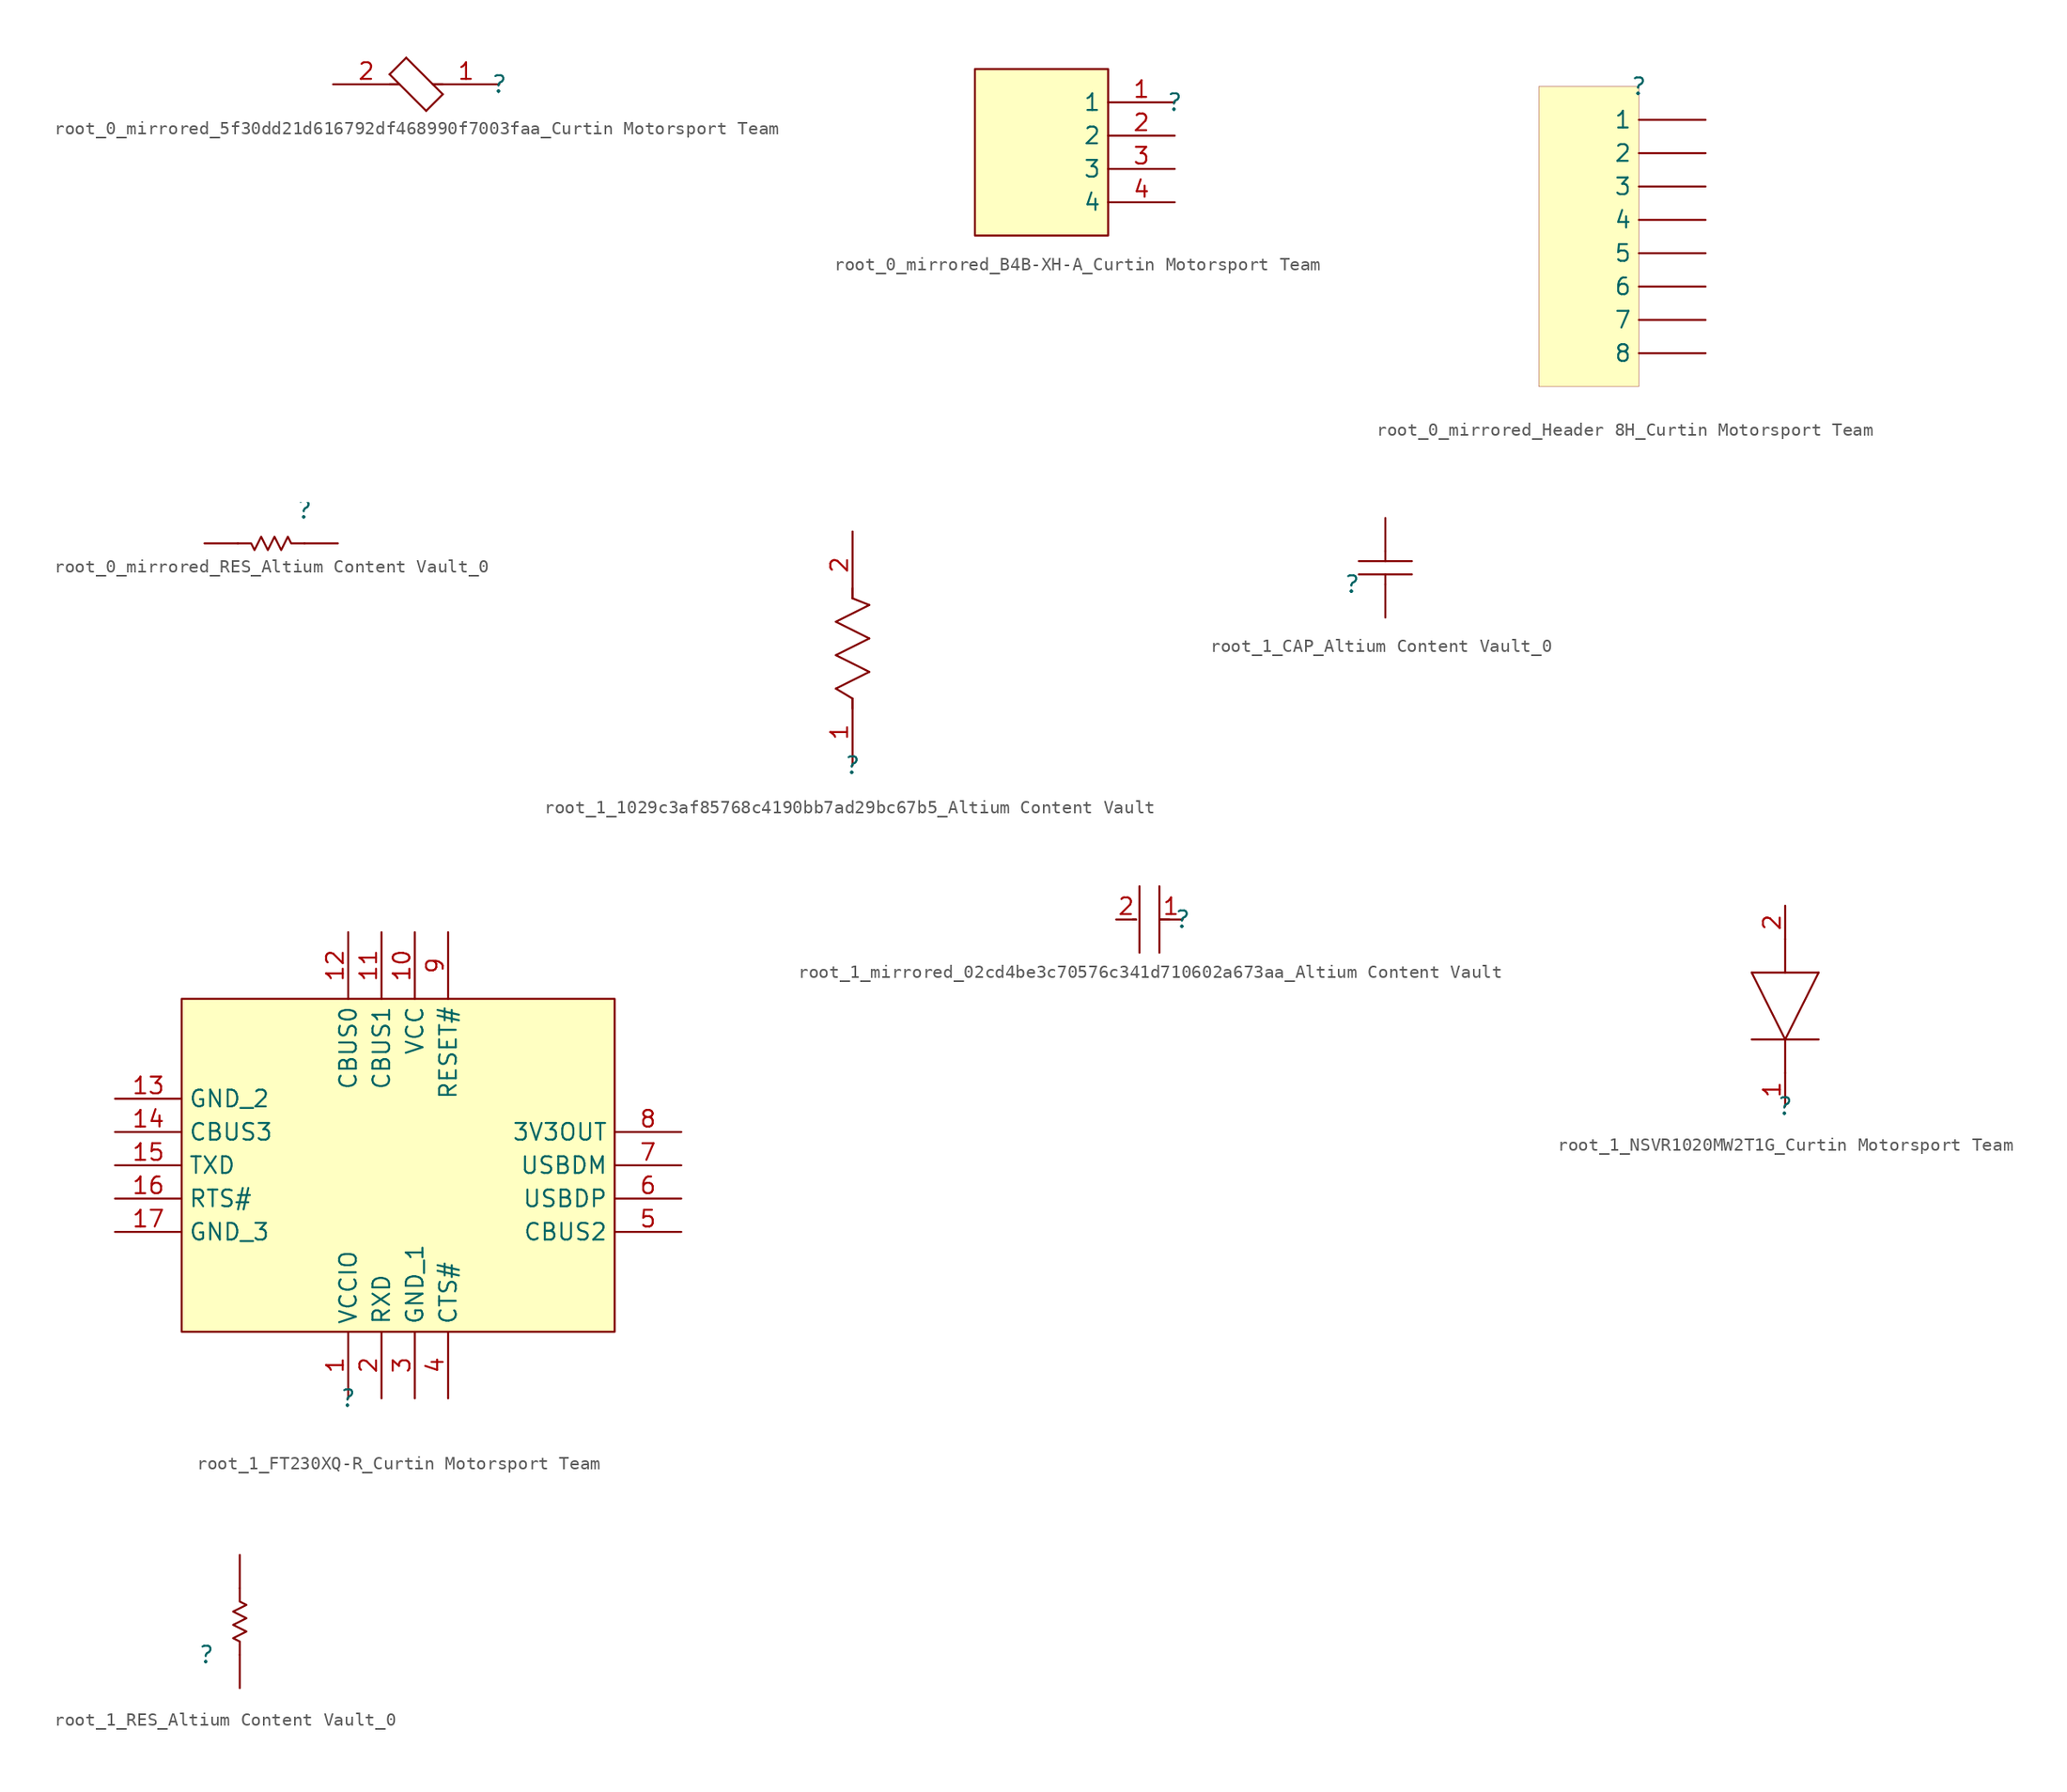
<source format=kicad_sym>
(kicad_symbol_lib
  (version 20241209)
  (generator "kicad_symbol_editor")
  (generator_version "9.0")
  (symbol "root_0_mirrored_5f30dd21d616792df468990f7003faa_Curtin Motorsport Team"
    (pin_names
      (hide yes))
    (property "Reference" ""
      (at 0 0 0)
      (effects (font (size 1.27 1.27))))
    (property "Value" ""
      (at 0 0 0)
      (effects (font (size 1.27 1.27))))
    (symbol "root_0_mirrored_5f30dd21d616792df468990f7003faa_Curtin Motorsport Team_1_0"
      (polyline (pts (xy -7.62 0) (xy -8.382 0)) (stroke (width 0) (type solid)) (fill (type none)))
      (polyline (pts (xy -7.112 2.032) (xy -8.382 0.762)) (stroke (width 0) (type solid)) (fill (type none)))
      (polyline (pts (xy -5.588 -2.032) (xy -8.382 0.762)) (stroke (width 0) (type solid)) (fill (type none)))
      (polyline (pts (xy -5.588 -2.032) (xy -4.318 -0.762)) (stroke (width 0) (type solid)) (fill (type none)))
      (polyline (pts (xy -5.08 0) (xy -4.318 0)) (stroke (width 0) (type solid)) (fill (type none)))
      (polyline (pts (xy -4.318 -0.762) (xy -7.112 2.032)) (stroke (width 0) (type solid)) (fill (type none)))
      (pin passive line (at -12.7 0 0) (length 5.08) (name "2" (effects (font (size 1.27 1.27)))) (number "2" (effects (font (size 1.27 1.27)))))
      (pin passive line (at 0 0 180) (length 5.08) (name "1" (effects (font (size 1.27 1.27)))) (number "1" (effects (font (size 1.27 1.27)))))))
  (symbol "root_0_mirrored_B4B-XH-A_Curtin Motorsport Team"
    (property "Reference" ""
      (at 0 0 0)
      (effects (font (size 1.27 1.27))))
    (property "Value" ""
      (at 0 0 0)
      (effects (font (size 1.27 1.27))))
    (symbol "root_0_mirrored_B4B-XH-A_Curtin Motorsport Team_1_0"
      (rectangle (start -5.08 2.54) (end -15.24 -10.16) (stroke (width 0) (type solid) (color 128 0 0 1)) (fill (type background)))
      (pin passive line (at 0 0 180) (length 5.08) (name "1" (effects (font (size 1.27 1.27)))) (number "1" (effects (font (size 1.27 1.27)))))
      (pin passive line (at 0 -2.54 180) (length 5.08) (name "2" (effects (font (size 1.27 1.27)))) (number "2" (effects (font (size 1.27 1.27)))))
      (pin passive line (at 0 -5.08 180) (length 5.08) (name "3" (effects (font (size 1.27 1.27)))) (number "3" (effects (font (size 1.27 1.27)))))
      (pin passive line (at 0 -7.62 180) (length 5.08) (name "4" (effects (font (size 1.27 1.27)))) (number "4" (effects (font (size 1.27 1.27)))))))
  (symbol "root_0_mirrored_Header 8H_Curtin Motorsport Team"
    (pin_numbers
      (hide yes))
    (property "Reference" ""
      (at 0 0 0)
      (effects (font (size 1.27 1.27))))
    (property "Value" ""
      (at 0 0 0)
      (effects (font (size 1.27 1.27))))
    (symbol "root_0_mirrored_Header 8H_Curtin Motorsport Team_1_0"
      (rectangle (start 0 0) (end -7.62 -22.86) (stroke (width 0.025) (type solid) (color 128 0 0 1)) (fill (type background)))
      (pin passive line (at 5.08 -2.54 180) (length 5.08) (name "1" (effects (font (size 1.27 1.27)))) (number "1" (effects (font (size 1.27 1.27)))))
      (pin passive line (at 5.08 -5.08 180) (length 5.08) (name "2" (effects (font (size 1.27 1.27)))) (number "2" (effects (font (size 1.27 1.27)))))
      (pin passive line (at 5.08 -7.62 180) (length 5.08) (name "3" (effects (font (size 1.27 1.27)))) (number "3" (effects (font (size 1.27 1.27)))))
      (pin passive line (at 5.08 -10.16 180) (length 5.08) (name "4" (effects (font (size 1.27 1.27)))) (number "4" (effects (font (size 1.27 1.27)))))
      (pin passive line (at 5.08 -12.7 180) (length 5.08) (name "5" (effects (font (size 1.27 1.27)))) (number "5" (effects (font (size 1.27 1.27)))))
      (pin passive line (at 5.08 -15.24 180) (length 5.08) (name "6" (effects (font (size 1.27 1.27)))) (number "6" (effects (font (size 1.27 1.27)))))
      (pin passive line (at 5.08 -17.78 180) (length 5.08) (name "7" (effects (font (size 1.27 1.27)))) (number "7" (effects (font (size 1.27 1.27)))))
      (pin passive line (at 5.08 -20.32 180) (length 5.08) (name "8" (effects (font (size 1.27 1.27)))) (number "8" (effects (font (size 1.27 1.27)))))))
  (symbol "root_0_mirrored_RES_Altium Content Vault_0"
    (pin_numbers
      (hide yes))
    (pin_names
      (hide yes))
    (property "Reference" ""
      (at 0 0 0)
      (effects (font (size 1.27 1.27))))
    (property "Value" ""
      (at 0 0 0)
      (effects (font (size 1.27 1.27))))
    (symbol "root_0_mirrored_RES_Altium Content Vault_0_1_0"
      (polyline (pts (xy -5.08 -2.54) (xy -4.064 -2.54) (xy -3.81 -3.048) (xy -3.302 -2.032) (xy -2.794 -3.048) (xy -2.286 -2.032) (xy -1.778 -3.048) (xy -1.27 -2.032) (xy -1.016 -2.54) (xy 0 -2.54)) (stroke (width 0) (type solid)) (fill (type none)))
      (pin passive line (at -7.62 -2.54 0) (length 2.54) (name "2" (effects (font (size 1.27 1.27)))) (number "2" (effects (font (size 1.27 1.27)))))
      (pin passive line (at 2.54 -2.54 180) (length 2.54) (name "1" (effects (font (size 1.27 1.27)))) (number "1" (effects (font (size 1.27 1.27)))))))
  (symbol "root_1_1029c3af85768c4190bb7ad29bc67b5_Altium Content Vault"
    (pin_names
      (hide yes))
    (property "Reference" ""
      (at 0 0 0)
      (effects (font (size 1.27 1.27))))
    (property "Value" ""
      (at 0 0 0)
      (effects (font (size 1.27 1.27))))
    (symbol "root_1_1029c3af85768c4190bb7ad29bc67b5_Altium Content Vault_1_0"
      (polyline (pts (xy -1.27 10.922) (xy 1.27 12.192)) (stroke (width 0) (type solid)) (fill (type none)))
      (polyline (pts (xy -1.27 8.382) (xy 1.27 9.652)) (stroke (width 0) (type solid)) (fill (type none)))
      (polyline (pts (xy -1.27 5.842) (xy 1.27 7.112)) (stroke (width 0) (type solid)) (fill (type none)))
      (polyline (pts (xy 0 12.7) (xy 0 13.462)) (stroke (width 0) (type solid)) (fill (type none)))
      (polyline (pts (xy 0 5.08) (xy -1.27 5.842)) (stroke (width 0) (type solid)) (fill (type none)))
      (polyline (pts (xy 0 5.08) (xy 0 4.318)) (stroke (width 0) (type solid)) (fill (type none)))
      (polyline (pts (xy 1.27 12.192) (xy 0 12.7)) (stroke (width 0) (type solid)) (fill (type none)))
      (polyline (pts (xy 1.27 9.652) (xy -1.27 10.922)) (stroke (width 0) (type solid)) (fill (type none)))
      (polyline (pts (xy 1.27 7.112) (xy -1.27 8.382)) (stroke (width 0) (type solid)) (fill (type none)))
      (pin passive line (at 0 17.78 270) (length 5.08) (name "2" (effects (font (size 1.27 1.27)))) (number "2" (effects (font (size 1.27 1.27)))))
      (pin passive line (at 0 0 90) (length 5.08) (name "1" (effects (font (size 1.27 1.27)))) (number "1" (effects (font (size 1.27 1.27)))))))
  (symbol "root_1_CAP_Altium Content Vault_0"
    (pin_numbers
      (hide yes))
    (pin_names
      (hide yes))
    (property "Reference" ""
      (at 0 0 0)
      (effects (font (size 1.27 1.27))))
    (property "Value" ""
      (at 0 0 0)
      (effects (font (size 1.27 1.27))))
    (symbol "root_1_CAP_Altium Content Vault_0_1_0"
      (polyline (pts (xy 0.508 1.778) (xy 4.572 1.778)) (stroke (width 0) (type solid)) (fill (type none)))
      (polyline (pts (xy 2.54 2.54) (xy 2.54 1.778)) (stroke (width 0) (type solid)) (fill (type none)))
      (polyline (pts (xy 2.54 0) (xy 2.54 0.762)) (stroke (width 0) (type solid)) (fill (type none)))
      (polyline (pts (xy 4.572 0.762) (xy 0.508 0.762)) (stroke (width 0) (type solid)) (fill (type none)))
      (pin passive line (at 2.54 5.08 270) (length 2.54) (name "2" (effects (font (size 1.27 1.27)))) (number "2" (effects (font (size 1.27 1.27)))))
      (pin passive line (at 2.54 -2.54 90) (length 2.54) (name "1" (effects (font (size 1.27 1.27)))) (number "1" (effects (font (size 1.27 1.27)))))))
  (symbol "root_1_FT230XQ-R_Curtin Motorsport Team"
    (property "Reference" ""
      (at 0 0 0)
      (effects (font (size 1.27 1.27))))
    (property "Value" ""
      (at 0 0 0)
      (effects (font (size 1.27 1.27))))
    (symbol "root_1_FT230XQ-R_Curtin Motorsport Team_1_0"
      (rectangle (start 20.32 30.48) (end -12.7 5.08) (stroke (width 0) (type solid) (color 128 0 0 1)) (fill (type background)))
      (pin passive line (at -17.78 22.86 0) (length 5.08) (name "GND_2" (effects (font (size 1.27 1.27)))) (number "13" (effects (font (size 1.27 1.27)))))
      (pin passive line (at -17.78 20.32 0) (length 5.08) (name "CBUS3" (effects (font (size 1.27 1.27)))) (number "14" (effects (font (size 1.27 1.27)))))
      (pin passive line (at -17.78 17.78 0) (length 5.08) (name "TXD" (effects (font (size 1.27 1.27)))) (number "15" (effects (font (size 1.27 1.27)))))
      (pin passive line (at -17.78 15.24 0) (length 5.08) (name "RTS#" (effects (font (size 1.27 1.27)))) (number "16" (effects (font (size 1.27 1.27)))))
      (pin passive line (at -17.78 12.7 0) (length 5.08) (name "GND_3" (effects (font (size 1.27 1.27)))) (number "17" (effects (font (size 1.27 1.27)))))
      (pin passive line (at 0 35.56 270) (length 5.08) (name "CBUS0" (effects (font (size 1.27 1.27)))) (number "12" (effects (font (size 1.27 1.27)))))
      (pin passive line (at 0 0 90) (length 5.08) (name "VCCIO" (effects (font (size 1.27 1.27)))) (number "1" (effects (font (size 1.27 1.27)))))
      (pin passive line (at 2.54 35.56 270) (length 5.08) (name "CBUS1" (effects (font (size 1.27 1.27)))) (number "11" (effects (font (size 1.27 1.27)))))
      (pin passive line (at 2.54 0 90) (length 5.08) (name "RXD" (effects (font (size 1.27 1.27)))) (number "2" (effects (font (size 1.27 1.27)))))
      (pin passive line (at 5.08 35.56 270) (length 5.08) (name "VCC" (effects (font (size 1.27 1.27)))) (number "10" (effects (font (size 1.27 1.27)))))
      (pin passive line (at 5.08 0 90) (length 5.08) (name "GND_1" (effects (font (size 1.27 1.27)))) (number "3" (effects (font (size 1.27 1.27)))))
      (pin passive line (at 7.62 35.56 270) (length 5.08) (name "RESET#" (effects (font (size 1.27 1.27)))) (number "9" (effects (font (size 1.27 1.27)))))
      (pin passive line (at 7.62 0 90) (length 5.08) (name "CTS#" (effects (font (size 1.27 1.27)))) (number "4" (effects (font (size 1.27 1.27)))))
      (pin passive line (at 25.4 20.32 180) (length 5.08) (name "3V3OUT" (effects (font (size 1.27 1.27)))) (number "8" (effects (font (size 1.27 1.27)))))
      (pin passive line (at 25.4 17.78 180) (length 5.08) (name "USBDM" (effects (font (size 1.27 1.27)))) (number "7" (effects (font (size 1.27 1.27)))))
      (pin passive line (at 25.4 15.24 180) (length 5.08) (name "USBDP" (effects (font (size 1.27 1.27)))) (number "6" (effects (font (size 1.27 1.27)))))
      (pin passive line (at 25.4 12.7 180) (length 5.08) (name "CBUS2" (effects (font (size 1.27 1.27)))) (number "5" (effects (font (size 1.27 1.27)))))))
  (symbol "root_1_mirrored_02cd4be3c70576c341d710602a673aa_Altium Content Vault"
    (pin_names
      (hide yes))
    (property "Reference" ""
      (at 0 0 0)
      (effects (font (size 1.27 1.27))))
    (property "Value" ""
      (at 0 0 0)
      (effects (font (size 1.27 1.27))))
    (symbol "root_1_mirrored_02cd4be3c70576c341d710602a673aa_Altium Content Vault_1_0"
      (polyline (pts (xy -3.556 0) (xy -3.81 0)) (stroke (width 0) (type solid)) (fill (type none)))
      (polyline (pts (xy -3.302 2.54) (xy -3.302 -2.54)) (stroke (width 0) (type solid)) (fill (type none)))
      (polyline (pts (xy -1.778 2.54) (xy -1.778 -2.54)) (stroke (width 0) (type solid)) (fill (type none)))
      (polyline (pts (xy -1.778 0) (xy -1.016 0)) (stroke (width 0) (type solid)) (fill (type none)))
      (pin passive line (at -5.08 0 0) (length 1.524) (name "2" (effects (font (size 1.27 1.27)))) (number "2" (effects (font (size 1.27 1.27)))))
      (pin passive line (at 0 0 180) (length 1.778) (name "1" (effects (font (size 1.27 1.27)))) (number "1" (effects (font (size 1.27 1.27)))))))
  (symbol "root_1_NSVR1020MW2T1G_Curtin Motorsport Team"
    (pin_names
      (hide yes))
    (property "Reference" ""
      (at 0 0 0)
      (effects (font (size 1.27 1.27))))
    (property "Value" ""
      (at 0 0 0)
      (effects (font (size 1.27 1.27))))
    (symbol "root_1_NSVR1020MW2T1G_Curtin Motorsport Team_1_0"
      (polyline (pts (xy -2.54 10.16) (xy 2.54 10.16)) (stroke (width 0) (type solid)) (fill (type none)))
      (polyline (pts (xy -2.54 5.08) (xy 2.54 5.08)) (stroke (width 0) (type solid)) (fill (type none)))
      (polyline (pts (xy 0 10.16) (xy 0 12.7)) (stroke (width 0) (type solid)) (fill (type none)))
      (polyline (pts (xy 0 5.08) (xy -2.54 10.16)) (stroke (width 0) (type solid)) (fill (type none)))
      (polyline (pts (xy 0 2.54) (xy 0 5.08)) (stroke (width 0) (type solid)) (fill (type none)))
      (polyline (pts (xy 2.54 10.16) (xy 0 5.08)) (stroke (width 0) (type solid)) (fill (type none)))
      (pin passive line (at 0 15.24 270) (length 2.54) (name "A" (effects (font (size 1.27 1.27)))) (number "2" (effects (font (size 1.27 1.27)))))
      (pin passive line (at 0 0 90) (length 2.54) (name "K" (effects (font (size 1.27 1.27)))) (number "1" (effects (font (size 1.27 1.27)))))))
  (symbol "root_1_RES_Altium Content Vault_0"
    (pin_numbers
      (hide yes))
    (pin_names
      (hide yes))
    (property "Reference" ""
      (at 0 0 0)
      (effects (font (size 1.27 1.27))))
    (property "Value" ""
      (at 0 0 0)
      (effects (font (size 1.27 1.27))))
    (symbol "root_1_RES_Altium Content Vault_0_1_0"
      (polyline (pts (xy 2.54 5.08) (xy 2.54 4.064) (xy 3.048 3.81) (xy 2.032 3.302) (xy 3.048 2.794) (xy 2.032 2.286) (xy 3.048 1.778) (xy 2.032 1.27) (xy 2.54 1.016) (xy 2.54 0)) (stroke (width 0) (type solid)) (fill (type none)))
      (pin passive line (at 2.54 7.62 270) (length 2.54) (name "2" (effects (font (size 1.27 1.27)))) (number "2" (effects (font (size 1.27 1.27)))))
      (pin passive line (at 2.54 -2.54 90) (length 2.54) (name "1" (effects (font (size 1.27 1.27)))) (number "1" (effects (font (size 1.27 1.27))))))))
</source>
